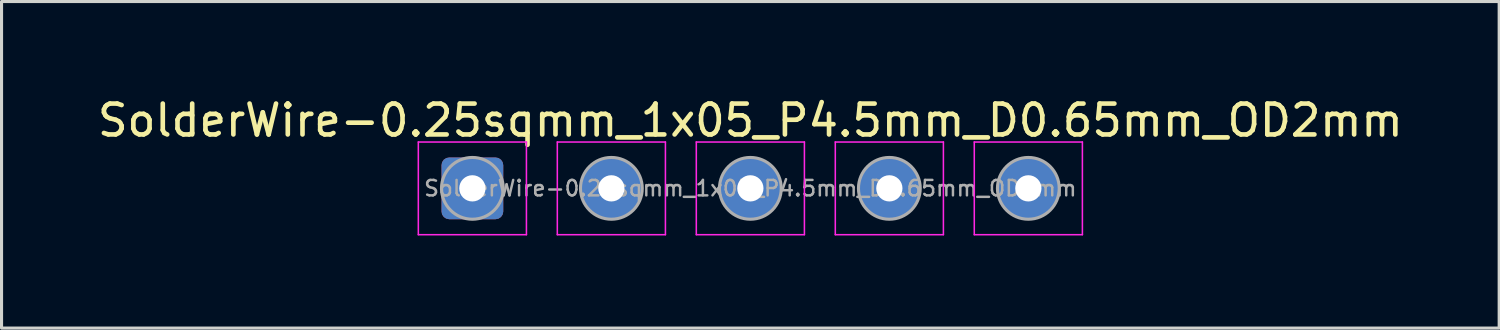
<source format=kicad_pcb>
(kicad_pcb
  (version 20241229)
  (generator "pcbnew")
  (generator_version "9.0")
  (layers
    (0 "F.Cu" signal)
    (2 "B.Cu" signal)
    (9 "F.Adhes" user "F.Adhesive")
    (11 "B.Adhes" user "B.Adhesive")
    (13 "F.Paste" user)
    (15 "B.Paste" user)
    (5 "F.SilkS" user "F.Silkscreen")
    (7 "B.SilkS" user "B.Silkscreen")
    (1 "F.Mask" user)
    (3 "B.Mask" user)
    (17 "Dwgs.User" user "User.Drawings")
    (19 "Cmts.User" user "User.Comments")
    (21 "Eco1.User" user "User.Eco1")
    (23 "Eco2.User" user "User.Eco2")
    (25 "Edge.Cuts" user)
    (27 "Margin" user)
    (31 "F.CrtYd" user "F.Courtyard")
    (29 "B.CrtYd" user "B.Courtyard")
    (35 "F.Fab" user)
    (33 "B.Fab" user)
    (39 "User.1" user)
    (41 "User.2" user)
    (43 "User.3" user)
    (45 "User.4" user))
  (footprint "SolderWire-0.25sqmm_1x05_P4.5mm_D0.65mm_OD2mm"
    (layer "F.Cu")
    (at 12.244 3.048)
    (property "Reference" "SolderWire-0.25sqmm_1x05_P4.5mm_D0.65mm_OD2mm" (at 9 -2.2 0) (layer "F.SilkS") (effects (font (size 1 1) (thickness 0.15))))
    (attr exclude_from_pos_files exclude_from_bom)
    (fp_line (start -1.75 -1.5) (end -1.75 1.5) (stroke (width 0.05) (type solid)) (layer "F.CrtYd"))
    (fp_line (start -1.75 1.5) (end 1.75 1.5) (stroke (width 0.05) (type solid)) (layer "F.CrtYd"))
    (fp_line (start 1.75 -1.5) (end -1.75 -1.5) (stroke (width 0.05) (type solid)) (layer "F.CrtYd"))
    (fp_line (start 1.75 1.5) (end 1.75 -1.5) (stroke (width 0.05) (type solid)) (layer "F.CrtYd"))
    (fp_line (start 2.75 -1.5) (end 2.75 1.5) (stroke (width 0.05) (type solid)) (layer "F.CrtYd"))
    (fp_line (start 2.75 1.5) (end 6.25 1.5) (stroke (width 0.05) (type solid)) (layer "F.CrtYd"))
    (fp_line (start 6.25 -1.5) (end 2.75 -1.5) (stroke (width 0.05) (type solid)) (layer "F.CrtYd"))
    (fp_line (start 6.25 1.5) (end 6.25 -1.5) (stroke (width 0.05) (type solid)) (layer "F.CrtYd"))
    (fp_line (start 7.25 -1.5) (end 7.25 1.5) (stroke (width 0.05) (type solid)) (layer "F.CrtYd"))
    (fp_line (start 7.25 1.5) (end 10.75 1.5) (stroke (width 0.05) (type solid)) (layer "F.CrtYd"))
    (fp_line (start 10.75 -1.5) (end 7.25 -1.5) (stroke (width 0.05) (type solid)) (layer "F.CrtYd"))
    (fp_line (start 10.75 1.5) (end 10.75 -1.5) (stroke (width 0.05) (type solid)) (layer "F.CrtYd"))
    (fp_line (start 11.75 -1.5) (end 11.75 1.5) (stroke (width 0.05) (type solid)) (layer "F.CrtYd"))
    (fp_line (start 11.75 1.5) (end 15.25 1.5) (stroke (width 0.05) (type solid)) (layer "F.CrtYd"))
    (fp_line (start 15.25 -1.5) (end 11.75 -1.5) (stroke (width 0.05) (type solid)) (layer "F.CrtYd"))
    (fp_line (start 15.25 1.5) (end 15.25 -1.5) (stroke (width 0.05) (type solid)) (layer "F.CrtYd"))
    (fp_line (start 16.25 -1.5) (end 16.25 1.5) (stroke (width 0.05) (type solid)) (layer "F.CrtYd"))
    (fp_line (start 16.25 1.5) (end 19.75 1.5) (stroke (width 0.05) (type solid)) (layer "F.CrtYd"))
    (fp_line (start 19.75 -1.5) (end 16.25 -1.5) (stroke (width 0.05) (type solid)) (layer "F.CrtYd"))
    (fp_line (start 19.75 1.5) (end 19.75 -1.5) (stroke (width 0.05) (type solid)) (layer "F.CrtYd"))
    (fp_circle (center 0 0) (end 1 0) (stroke (width 0.1) (type solid)) (fill no) (layer "F.Fab"))
    (fp_circle (center 4.5 0) (end 5.5 0) (stroke (width 0.1) (type solid)) (fill no) (layer "F.Fab"))
    (fp_circle (center 9 0) (end 10 0) (stroke (width 0.1) (type solid)) (fill no) (layer "F.Fab"))
    (fp_circle (center 13.5 0) (end 14.5 0) (stroke (width 0.1) (type solid)) (fill no) (layer "F.Fab"))
    (fp_circle (center 18 0) (end 19 0) (stroke (width 0.1) (type solid)) (fill no) (layer "F.Fab"))
    (fp_text user "${REFERENCE}" (at 9 0 0) (layer "F.Fab") (effects (font (size 0.5 0.5) (thickness 0.08))))
    (pad "1" thru_hole roundrect (at 0 0) (size 2 2) (drill 0.85) (layers "*.Cu" "*.Mask") (roundrect_rratio 0.125))
    (pad "2" thru_hole circle (at 4.5 0) (size 2 2) (drill 0.85) (layers "*.Cu" "*.Mask"))
    (pad "3" thru_hole circle (at 9 0) (size 2 2) (drill 0.85) (layers "*.Cu" "*.Mask"))
    (pad "4" thru_hole circle (at 13.5 0) (size 2 2) (drill 0.85) (layers "*.Cu" "*.Mask"))
    (pad "5" thru_hole circle (at 18 0) (size 2 2) (drill 0.85) (layers "*.Cu" "*.Mask")))
  (gr_rect
    (start -3 -3)
    (end 45.488 7.573)
    (stroke (width 0.1) (type default))
    (fill no)
    (layer "Edge.Cuts")))
</source>
